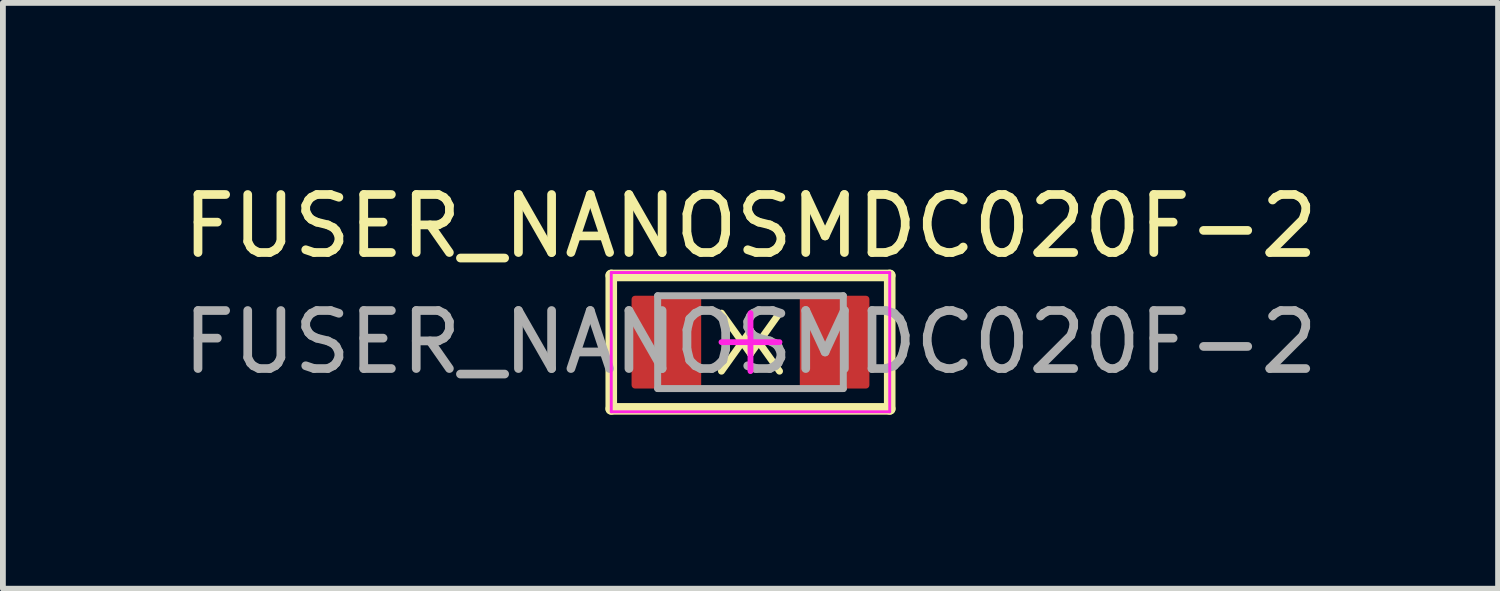
<source format=kicad_pcb>
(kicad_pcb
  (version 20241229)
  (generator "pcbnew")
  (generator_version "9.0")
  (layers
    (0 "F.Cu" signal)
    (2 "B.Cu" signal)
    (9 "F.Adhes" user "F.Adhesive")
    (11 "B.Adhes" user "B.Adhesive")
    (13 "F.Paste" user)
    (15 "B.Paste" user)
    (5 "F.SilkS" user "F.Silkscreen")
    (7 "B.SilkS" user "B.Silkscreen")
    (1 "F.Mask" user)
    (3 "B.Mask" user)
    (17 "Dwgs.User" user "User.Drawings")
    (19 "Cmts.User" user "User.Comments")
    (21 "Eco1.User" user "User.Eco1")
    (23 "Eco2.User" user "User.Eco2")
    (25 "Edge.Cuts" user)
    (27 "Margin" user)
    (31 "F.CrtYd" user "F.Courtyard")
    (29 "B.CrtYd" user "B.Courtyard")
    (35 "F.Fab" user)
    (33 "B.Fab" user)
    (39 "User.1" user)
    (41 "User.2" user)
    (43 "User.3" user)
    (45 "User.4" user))
  (footprint "FUSER_NANOSMDC020F-2"
    (layer "F.Cu")
    (at 9.887 2.848)
    (property "Reference" "FUSER_NANOSMDC020F-2" (at 0 -2 0) (layer "F.SilkS") (effects (font (size 1 1) (thickness 0.15))))
    (attr through_hole)
    (fp_line (start -2.4 -1.15) (end 2.4 -1.15) (stroke (width 0.2) (type solid)) (layer "F.SilkS"))
    (fp_line (start -2.4 1.15) (end -2.4 -1.15) (stroke (width 0.2) (type solid)) (layer "F.SilkS"))
    (fp_line (start -0.5 -0.5) (end 0 0.2) (stroke (width 0.12) (type solid)) (layer "F.SilkS"))
    (fp_line (start -0.5 0.5) (end 0 -0.2) (stroke (width 0.12) (type solid)) (layer "F.SilkS"))
    (fp_line (start 0 -0.2) (end 0.5 0.5) (stroke (width 0.12) (type solid)) (layer "F.SilkS"))
    (fp_line (start 0 0.2) (end 0.5 -0.5) (stroke (width 0.12) (type solid)) (layer "F.SilkS"))
    (fp_line (start 2.4 -1.15) (end 2.4 1.15) (stroke (width 0.2) (type solid)) (layer "F.SilkS"))
    (fp_line (start 2.4 1.15) (end -2.4 1.15) (stroke (width 0.2) (type solid)) (layer "F.SilkS"))
    (fp_line (start -2.4 -1.2) (end 2.4 -1.2) (stroke (width 0.05) (type solid)) (layer "F.CrtYd"))
    (fp_line (start -2.4 1.2) (end -2.4 -1.2) (stroke (width 0.05) (type solid)) (layer "F.CrtYd"))
    (fp_line (start 0 -0.5) (end 0 0.5) (stroke (width 0.1) (type solid)) (layer "F.CrtYd"))
    (fp_line (start 0.5 0) (end -0.5 0) (stroke (width 0.1) (type solid)) (layer "F.CrtYd"))
    (fp_line (start 2.4 -1.2) (end 2.4 1.2) (stroke (width 0.05) (type solid)) (layer "F.CrtYd"))
    (fp_line (start 2.4 1.2) (end -2.4 1.2) (stroke (width 0.05) (type solid)) (layer "F.CrtYd"))
    (fp_line (start -1.6 -0.8) (end 1.6 -0.8) (stroke (width 0.12) (type solid)) (layer "F.Fab"))
    (fp_line (start -1.6 0.8) (end -1.6 -0.8) (stroke (width 0.12) (type solid)) (layer "F.Fab"))
    (fp_line (start 1.6 -0.8) (end 1.6 0.8) (stroke (width 0.12) (type solid)) (layer "F.Fab"))
    (fp_line (start 1.6 0.8) (end -1.6 0.8) (stroke (width 0.12) (type solid)) (layer "F.Fab"))
    (fp_text user "${REFERENCE}" (at 0 0 0) (layer "F.Fab") (effects (font (size 1 1) (thickness 0.15))))
    (pad "1" smd roundrect (at -1.45 0) (size 1.2 1.6) (layers "F.Cu" "F.Mask" "F.Paste") (roundrect_rratio 0.05))
    (pad "2" smd roundrect (at 1.45 0) (size 1.2 1.6) (layers "F.Cu" "F.Mask" "F.Paste") (roundrect_rratio 0.05)))
  (gr_rect
    (start -3 -3)
    (end 22.774 7.098)
    (stroke (width 0.1) (type default))
    (fill no)
    (layer "Edge.Cuts")))
</source>
